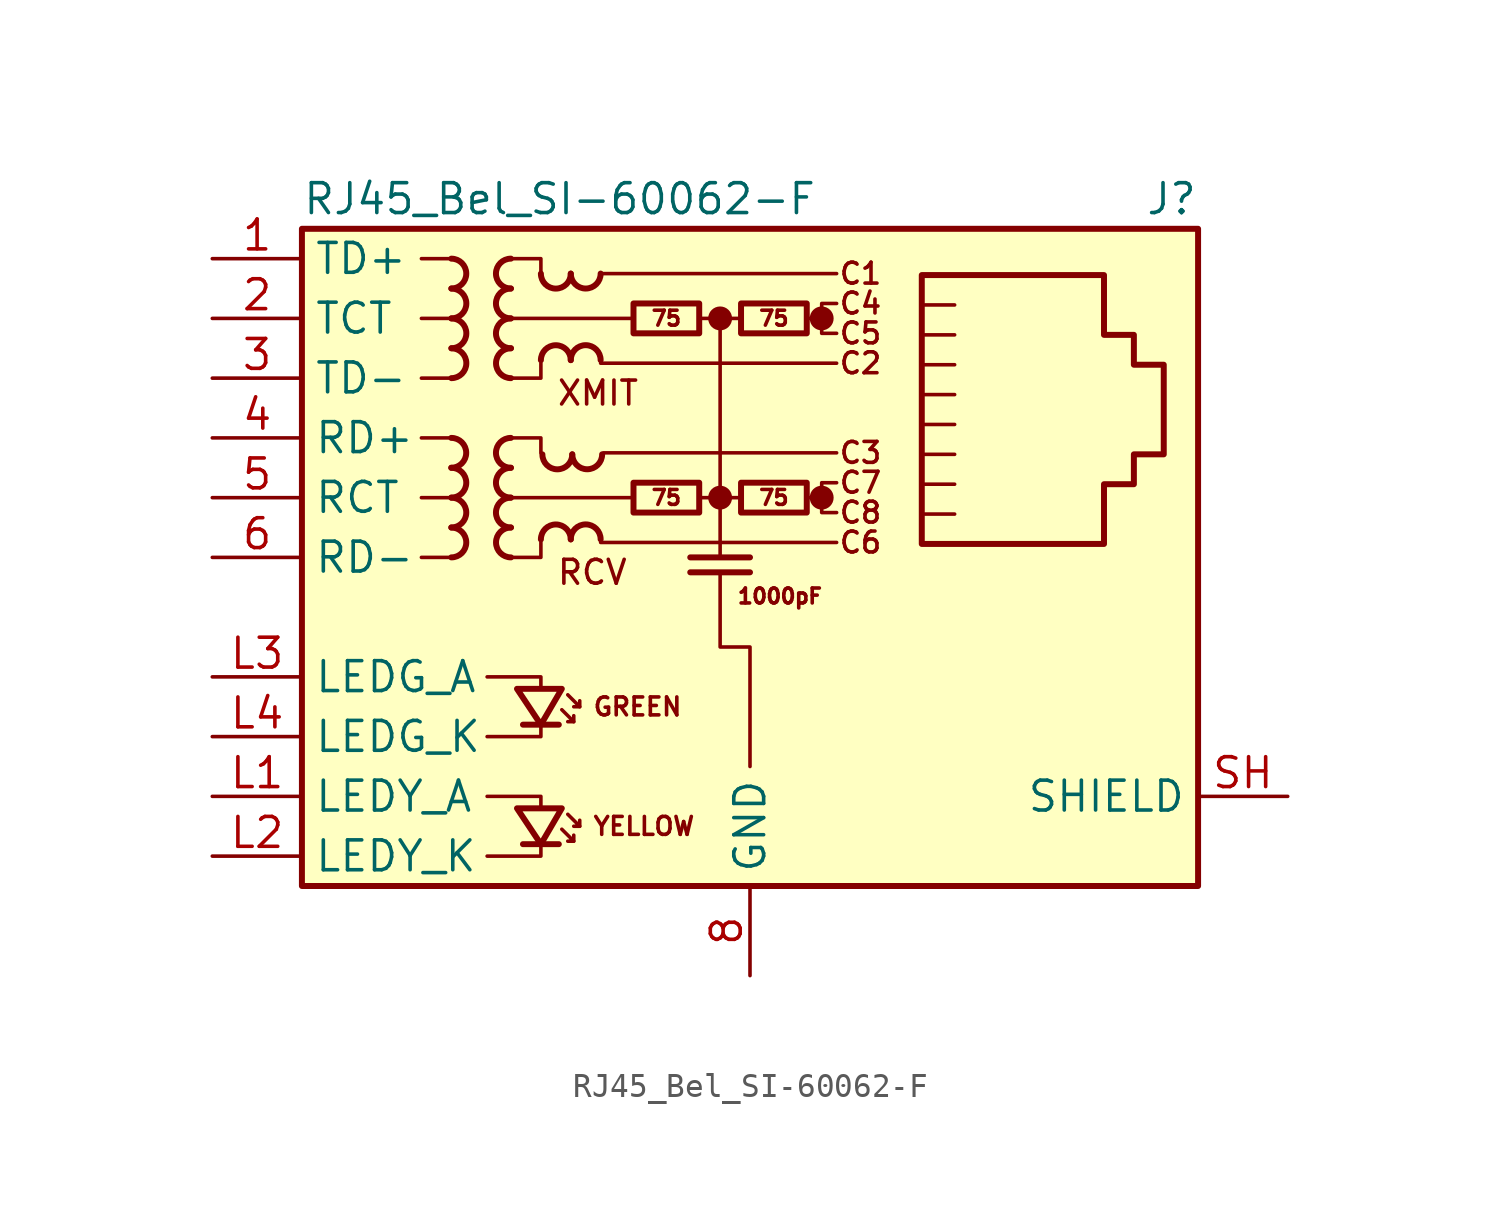
<source format=kicad_sym>
(kicad_symbol_lib
  (version 20220914)
  (generator kicad_symbol_editor)
  (symbol "RJ45_Bel_SI-60062-F"
    (property "Reference" "J"
      (at 19.05 15.24 0)
      (effects (font (size 1.27 1.27)) (justify right)))
    (property "Value" "RJ45_Bel_SI-60062-F"
      (at -19.05 15.24 0)
      (effects (font (size 1.27 1.27)) (justify left)))
    (symbol "RJ45_Bel_SI-60062-F_0_0"
      (circle (center -1.27 2.54) (radius 0.0001) (stroke (width 0.508) (type default)) (fill (type none)))
      (circle (center -1.27 10.16) (radius 0.0001) (stroke (width 0.508) (type default)) (fill (type none)))
      (polyline (pts (xy -1.27 10.16) (xy -1.27 0)) (stroke (width 0) (type default)) (fill (type none)))
      (polyline (pts (xy 0 -0.635) (xy -2.54 -0.635)) (stroke (width 0.254) (type default)) (fill (type none)))
      (polyline (pts (xy 0 0) (xy -2.54 0)) (stroke (width 0.254) (type default)) (fill (type none)))
      (polyline (pts (xy 3.048 2.54) (xy 2.54 2.54)) (stroke (width 0) (type default)) (fill (type none)))
      (polyline (pts (xy 3.048 10.16) (xy 2.54 10.16)) (stroke (width 0) (type default)) (fill (type none)))
      (polyline (pts (xy -11.176 -12.7) (xy -8.89 -12.7) (xy -8.89 -12.065)) (stroke (width 0) (type default)) (fill (type none)))
      (polyline (pts (xy -11.176 -10.16) (xy -8.89 -10.16) (xy -8.89 -10.668)) (stroke (width 0) (type default)) (fill (type none)))
      (polyline (pts (xy -11.176 -5.08) (xy -8.89 -5.08) (xy -8.89 -5.588)) (stroke (width 0) (type default)) (fill (type none)))
      (polyline (pts (xy -8.89 -6.985) (xy -8.89 -7.62) (xy -11.176 -7.62)) (stroke (width 0) (type default)) (fill (type none)))
      (polyline (pts (xy -1.27 -0.635) (xy -1.27 -3.81) (xy 0 -3.81) (xy 0 -8.89)) (stroke (width 0) (type default)) (fill (type none)))
      (polyline (pts (xy 3.683 3.175) (xy 3.048 3.175) (xy 3.048 1.905) (xy 3.683 1.905)) (stroke (width 0) (type default)) (fill (type none)))
      (polyline (pts (xy 3.683 10.795) (xy 3.048 10.795) (xy 3.048 9.525) (xy 3.683 9.525)) (stroke (width 0) (type default)) (fill (type none)))
      (circle (center 3.048 2.54) (radius 0.0001) (stroke (width 0.508) (type default)) (fill (type none)))
      (circle (center 3.048 10.16) (radius 0.0001) (stroke (width 0.508) (type default)) (fill (type none)))
      (text "C1" (at 4.699 12.065 0) (effects (font (size 0.889 0.889))))
      (text "C2" (at 4.699 8.255 0) (effects (font (size 0.889 0.889))))
      (text "C3" (at 4.699 4.445 0) (effects (font (size 0.889 0.889))))
      (text "C4" (at 4.699 10.795 0) (effects (font (size 0.889 0.889))))
      (text "C5" (at 4.699 9.525 0) (effects (font (size 0.889 0.889))))
      (text "C6" (at 4.699 0.635 0) (effects (font (size 0.889 0.889))))
      (text "C7" (at 4.699 3.175 0) (effects (font (size 0.889 0.889))))
      (text "C8" (at 4.699 1.905 0) (effects (font (size 0.889 0.889))))
      (text "GREEN" (at -6.731 -6.35 0) (effects (font (size 0.762 0.762)) (justify left)))
      (text "RCV" (at -8.255 -0.635 0) (effects (font (size 1.016 1.016)) (justify left)))
      (text "XMIT" (at -8.255 6.985 0) (effects (font (size 1.016 1.016)) (justify left)))
      (text "YELLOW" (at -6.731 -11.43 0) (effects (font (size 0.762 0.762)) (justify left))))
    (symbol "RJ45_Bel_SI-60062-F_0_1"
      (rectangle (start -19.05 -13.97) (end 19.05 13.97) (stroke (width 0.254) (type default)) (fill (type background)))
      (polyline (pts (xy -12.7 0) (xy -13.97 0)) (stroke (width 0) (type default)) (fill (type none)))
      (polyline (pts (xy -12.7 2.54) (xy -13.97 2.54)) (stroke (width 0) (type default)) (fill (type none)))
      (polyline (pts (xy -12.7 5.08) (xy -13.97 5.08)) (stroke (width 0) (type default)) (fill (type none)))
      (polyline (pts (xy -12.7 7.62) (xy -13.97 7.62)) (stroke (width 0) (type default)) (fill (type none)))
      (polyline (pts (xy -12.7 10.16) (xy -13.97 10.16)) (stroke (width 0) (type default)) (fill (type none)))
      (polyline (pts (xy -12.7 12.7) (xy -13.97 12.7)) (stroke (width 0) (type default)) (fill (type none)))
      (polyline (pts (xy -6.35 0.635) (xy 3.683 0.635)) (stroke (width 0) (type default)) (fill (type none)))
      (polyline (pts (xy -6.35 8.255) (xy 3.683 8.255)) (stroke (width 0) (type default)) (fill (type none)))
      (polyline (pts (xy -6.35 12.065) (xy 3.683 12.065)) (stroke (width 0) (type default)) (fill (type none)))
      (polyline (pts (xy -6.223 4.445) (xy 3.683 4.445)) (stroke (width 0) (type default)) (fill (type none)))
      (polyline (pts (xy -5.08 2.54) (xy -10.16 2.54)) (stroke (width 0) (type default)) (fill (type none)))
      (polyline (pts (xy -4.953 10.16) (xy -10.16 10.16)) (stroke (width 0) (type default)) (fill (type none)))
      (polyline (pts (xy -2.159 2.54) (xy -0.381 2.54)) (stroke (width 0) (type default)) (fill (type none)))
      (polyline (pts (xy -2.159 10.16) (xy -0.381 10.16)) (stroke (width 0) (type default)) (fill (type none)))
      (polyline (pts (xy 7.429 3.111) (xy 8.7 3.111)) (stroke (width 0) (type default)) (fill (type none)))
      (polyline (pts (xy 7.429 4.381) (xy 8.7 4.381)) (stroke (width 0) (type default)) (fill (type none)))
      (polyline (pts (xy 7.429 5.652) (xy 8.7 5.652)) (stroke (width 0) (type default)) (fill (type none)))
      (polyline (pts (xy 7.429 6.921) (xy 8.7 6.921)) (stroke (width 0) (type default)) (fill (type none)))
      (polyline (pts (xy 7.429 8.191) (xy 8.7 8.191)) (stroke (width 0) (type default)) (fill (type none)))
      (polyline (pts (xy 8.7 1.841) (xy 7.429 1.841)) (stroke (width 0) (type default)) (fill (type none)))
      (polyline (pts (xy 8.7 9.461) (xy 7.429 9.461)) (stroke (width 0) (type default)) (fill (type none)))
      (polyline (pts (xy 8.7 10.732) (xy 7.429 10.732)) (stroke (width 0) (type default)) (fill (type none)))
      (polyline (pts (xy -10.16 5.08) (xy -8.89 5.08) (xy -8.89 4.445)) (stroke (width 0) (type default)) (fill (type none)))
      (polyline (pts (xy -10.16 12.7) (xy -8.89 12.7) (xy -8.89 12.065)) (stroke (width 0) (type default)) (fill (type none)))
      (polyline (pts (xy -8.89 0.635) (xy -8.89 0) (xy -10.16 0)) (stroke (width 0) (type default)) (fill (type none)))
      (polyline (pts (xy -8.89 8.255) (xy -8.89 7.62) (xy -10.16 7.62)) (stroke (width 0) (type default)) (fill (type none))))
    (symbol "RJ45_Bel_SI-60062-F_1_0"
      (text "1000pF" (at 1.27 -1.651 0) (effects (font (size 0.635 0.635)))))
    (symbol "RJ45_Bel_SI-60062-F_1_1"
      (arc (start -12.7 3.81) (mid -12.0677 4.445) (end -12.7 5.08) (stroke (width 0.254) (type default)) (fill (type none)))
      (arc (start -12.6973 0) (mid -12.065 0.635) (end -12.6973 1.27) (stroke (width 0.254) (type default)) (fill (type none)))
      (arc (start -12.6973 1.27) (mid -12.065 1.905) (end -12.6973 2.54) (stroke (width 0.254) (type default)) (fill (type none)))
      (arc (start -12.6973 2.54) (mid -12.065 3.175) (end -12.6973 3.81) (stroke (width 0.254) (type default)) (fill (type none)))
      (arc (start -12.6973 11.43) (mid -12.065 12.065) (end -12.6973 12.7) (stroke (width 0.254) (type default)) (fill (type none)))
      (arc (start -12.6946 7.62) (mid -12.0623 8.255) (end -12.6946 8.89) (stroke (width 0.254) (type default)) (fill (type none)))
      (arc (start -12.6946 8.89) (mid -12.0623 9.525) (end -12.6946 10.16) (stroke (width 0.254) (type default)) (fill (type none)))
      (arc (start -12.6946 10.16) (mid -12.0623 10.795) (end -12.6946 11.43) (stroke (width 0.254) (type default)) (fill (type none)))
      (arc (start -10.1654 2.54) (mid -10.7977 1.905) (end -10.1654 1.27) (stroke (width 0.254) (type default)) (fill (type none)))
      (arc (start -10.1654 3.81) (mid -10.7977 3.175) (end -10.1654 2.54) (stroke (width 0.254) (type default)) (fill (type none)))
      (arc (start -10.1654 5.08) (mid -10.7977 4.445) (end -10.1654 3.81) (stroke (width 0.254) (type default)) (fill (type none)))
      (arc (start -10.1654 10.16) (mid -10.7977 9.525) (end -10.1654 8.89) (stroke (width 0.254) (type default)) (fill (type none)))
      (arc (start -10.1654 11.43) (mid -10.7977 10.795) (end -10.1654 10.16) (stroke (width 0.254) (type default)) (fill (type none)))
      (arc (start -10.1654 12.7) (mid -10.7977 12.065) (end -10.1654 11.43) (stroke (width 0.254) (type default)) (fill (type none)))
      (arc (start -10.1627 1.27) (mid -10.795 0.635) (end -10.1627 0) (stroke (width 0.254) (type default)) (fill (type none)))
      (arc (start -10.1627 8.89) (mid -10.795 8.255) (end -10.1627 7.62) (stroke (width 0.254) (type default)) (fill (type none)))
      (arc (start -8.89 12.0623) (mid -8.255 11.43) (end -7.62 12.0623) (stroke (width 0.254) (type default)) (fill (type none)))
      (arc (start -8.8265 4.3788) (mid -8.1915 3.7465) (end -7.5565 4.3788) (stroke (width 0.254) (type default)) (fill (type none)))
      (arc (start -7.62 0.7647) (mid -8.255 1.397) (end -8.89 0.7647) (stroke (width 0.254) (type default)) (fill (type none)))
      (arc (start -7.62 8.3847) (mid -8.255 9.017) (end -8.89 8.3847) (stroke (width 0.254) (type default)) (fill (type none)))
      (arc (start -7.62 12.065) (mid -6.985 11.4327) (end -6.35 12.065) (stroke (width 0.254) (type default)) (fill (type none)))
      (arc (start -7.5565 4.3815) (mid -6.9215 3.7492) (end -6.2865 4.3815) (stroke (width 0.254) (type default)) (fill (type none)))
      (arc (start -6.35 0.7674) (mid -6.985 1.3997) (end -7.62 0.7674) (stroke (width 0.254) (type default)) (fill (type none)))
      (arc (start -6.35 8.3874) (mid -6.985 9.0197) (end -7.62 8.3874) (stroke (width 0.254) (type default)) (fill (type none)))
      (rectangle (start -4.953 3.175) (end -2.159 1.905) (stroke (width 0.254) (type default)) (fill (type none)))
      (rectangle (start -4.953 10.795) (end -2.159 9.525) (stroke (width 0.254) (type default)) (fill (type none)))
      (rectangle (start -0.381 3.175) (end 2.413 1.905) (stroke (width 0.254) (type default)) (fill (type none)))
      (rectangle (start -0.381 10.795) (end 2.413 9.525) (stroke (width 0.254) (type default)) (fill (type none)))
      (polyline (pts (xy -8.128 -12.192) (xy -9.652 -12.192)) (stroke (width 0.254) (type default)) (fill (type none)))
      (polyline (pts (xy -8.128 -7.112) (xy -9.652 -7.112)) (stroke (width 0.254) (type default)) (fill (type none)))
      (polyline (pts (xy -7.493 -12.065) (xy -7.493 -11.811)) (stroke (width 0) (type default)) (fill (type none)))
      (polyline (pts (xy -7.493 -6.985) (xy -7.493 -6.731)) (stroke (width 0) (type default)) (fill (type none)))
      (polyline (pts (xy -7.239 -11.43) (xy -7.239 -11.176)) (stroke (width 0) (type default)) (fill (type none)))
      (polyline (pts (xy -7.239 -6.35) (xy -7.239 -6.096)) (stroke (width 0) (type default)) (fill (type none)))
      (polyline (pts (xy -8.001 -11.557) (xy -7.493 -12.065) (xy -7.747 -12.065)) (stroke (width 0) (type default)) (fill (type none)))
      (polyline (pts (xy -8.001 -6.477) (xy -7.493 -6.985) (xy -7.747 -6.985)) (stroke (width 0) (type default)) (fill (type none)))
      (polyline (pts (xy -7.747 -10.922) (xy -7.239 -11.43) (xy -7.493 -11.43)) (stroke (width 0) (type default)) (fill (type none)))
      (polyline (pts (xy -7.747 -5.842) (xy -7.239 -6.35) (xy -7.493 -6.35)) (stroke (width 0) (type default)) (fill (type none)))
      (polyline (pts (xy -8.001 -10.668) (xy -9.906 -10.668) (xy -8.89 -12.192) (xy -8.001 -10.668)) (stroke (width 0.254) (type default)) (fill (type none)))
      (polyline (pts (xy -8.001 -5.588) (xy -9.906 -5.588) (xy -8.89 -7.112) (xy -8.001 -5.588)) (stroke (width 0.254) (type default)) (fill (type none)))
      (polyline (pts (xy 7.303 0.572) (xy 7.303 12.002) (xy 15.05 12.002) (xy 15.05 9.461) (xy 16.32 9.461) (xy 16.32 8.191) (xy 17.59 8.191) (xy 17.59 4.381) (xy 16.32 4.381) (xy 16.32 3.111) (xy 15.05 3.111) (xy 15.05 0.572) (xy 7.303 0.572)) (stroke (width 0.254) (type default)) (fill (type none)))
      (text "75" (at -3.556 2.54 0) (effects (font (size 0.635 0.635))))
      (text "75" (at -3.556 10.16 0) (effects (font (size 0.635 0.635))))
      (text "75" (at 1.016 2.54 0) (effects (font (size 0.635 0.635))))
      (text "75" (at 1.016 10.16 0) (effects (font (size 0.635 0.635))))
      (pin passive line (at -22.86 12.7 0) (length 3.81) (name "TD+" (effects (font (size 1.27 1.27)))) (number "1" (effects (font (size 1.27 1.27)))))
      (pin passive line (at -22.86 10.16 0) (length 3.81) (name "TCT" (effects (font (size 1.27 1.27)))) (number "2" (effects (font (size 1.27 1.27)))))
      (pin passive line (at -22.86 7.62 0) (length 3.81) (name "TD-" (effects (font (size 1.27 1.27)))) (number "3" (effects (font (size 1.27 1.27)))))
      (pin passive line (at -22.86 5.08 0) (length 3.81) (name "RD+" (effects (font (size 1.27 1.27)))) (number "4" (effects (font (size 1.27 1.27)))))
      (pin passive line (at -22.86 2.54 0) (length 3.81) (name "RCT" (effects (font (size 1.27 1.27)))) (number "5" (effects (font (size 1.27 1.27)))))
      (pin passive line (at -22.86 0 0) (length 3.81) (name "RD-" (effects (font (size 1.27 1.27)))) (number "6" (effects (font (size 1.27 1.27)))))
      (pin power_in line (at 0 -17.78 90) (length 3.81) (name "GND" (effects (font (size 1.27 1.27)))) (number "8" (effects (font (size 1.27 1.27)))))
      (pin passive line (at -22.86 -10.16 0) (length 3.81) (name "LEDY_A" (effects (font (size 1.27 1.27)))) (number "L1" (effects (font (size 1.27 1.27)))))
      (pin passive line (at -22.86 -12.7 0) (length 3.81) (name "LEDY_K" (effects (font (size 1.27 1.27)))) (number "L2" (effects (font (size 1.27 1.27)))))
      (pin passive line (at -22.86 -5.08 0) (length 3.81) (name "LEDG_A" (effects (font (size 1.27 1.27)))) (number "L3" (effects (font (size 1.27 1.27)))))
      (pin passive line (at -22.86 -7.62 0) (length 3.81) (name "LEDG_K" (effects (font (size 1.27 1.27)))) (number "L4" (effects (font (size 1.27 1.27)))))
      (pin no_connect line (at 12.7 -5.08 0) (length 0) hide (name "NC" (effects (font (size 1.27 1.27)))) (number "R7" (effects (font (size 1.27 1.27)))))
      (pin passive line (at 22.86 -10.16 180) (length 3.81) (name "SHIELD" (effects (font (size 1.27 1.27)))) (number "SH" (effects (font (size 1.27 1.27))))))))
</source>
